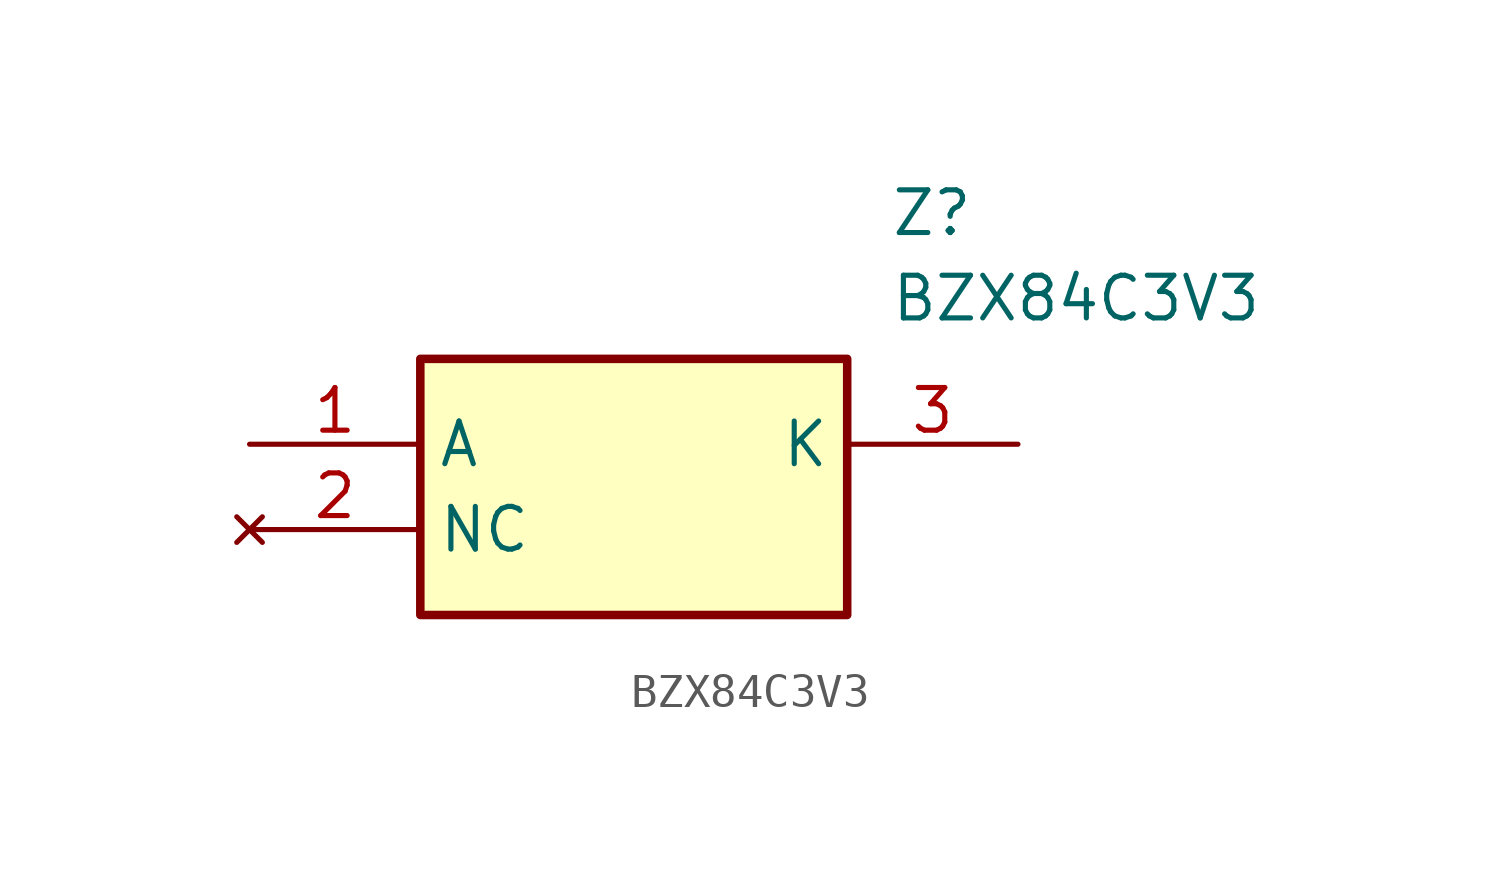
<source format=kicad_sym>
(kicad_symbol_lib
  (version 20211014)
  (generator SamacSys_ECAD_Model)
  (symbol "BZX84C3V3"
    (property "Reference" "Z"
      (at 19.05 7.62 0)
      (effects (font (size 1.27 1.27)) (justify left top)))
    (property "Value" "BZX84C3V3"
      (at 19.05 5.08 0)
      (effects (font (size 1.27 1.27)) (justify left top)))
    (rectangle
      (start 5.08 2.54)
      (end 17.78 -5.08)
      (stroke (width 0.254) (type default))
      (fill (type background)))
    (pin passive line
      (at 0 0 0)
      (length 5.08)
      (name "A" (effects (font (size 1.27 1.27))))
      (number "1" (effects (font (size 1.27 1.27)))))
    (pin no_connect line
      (at 0 -2.54 0)
      (length 5.08)
      (name "NC" (effects (font (size 1.27 1.27))))
      (number "2" (effects (font (size 1.27 1.27)))))
    (pin passive line
      (at 22.86 0 180)
      (length 5.08)
      (name "K" (effects (font (size 1.27 1.27))))
      (number "3" (effects (font (size 1.27 1.27)))))))
</source>
